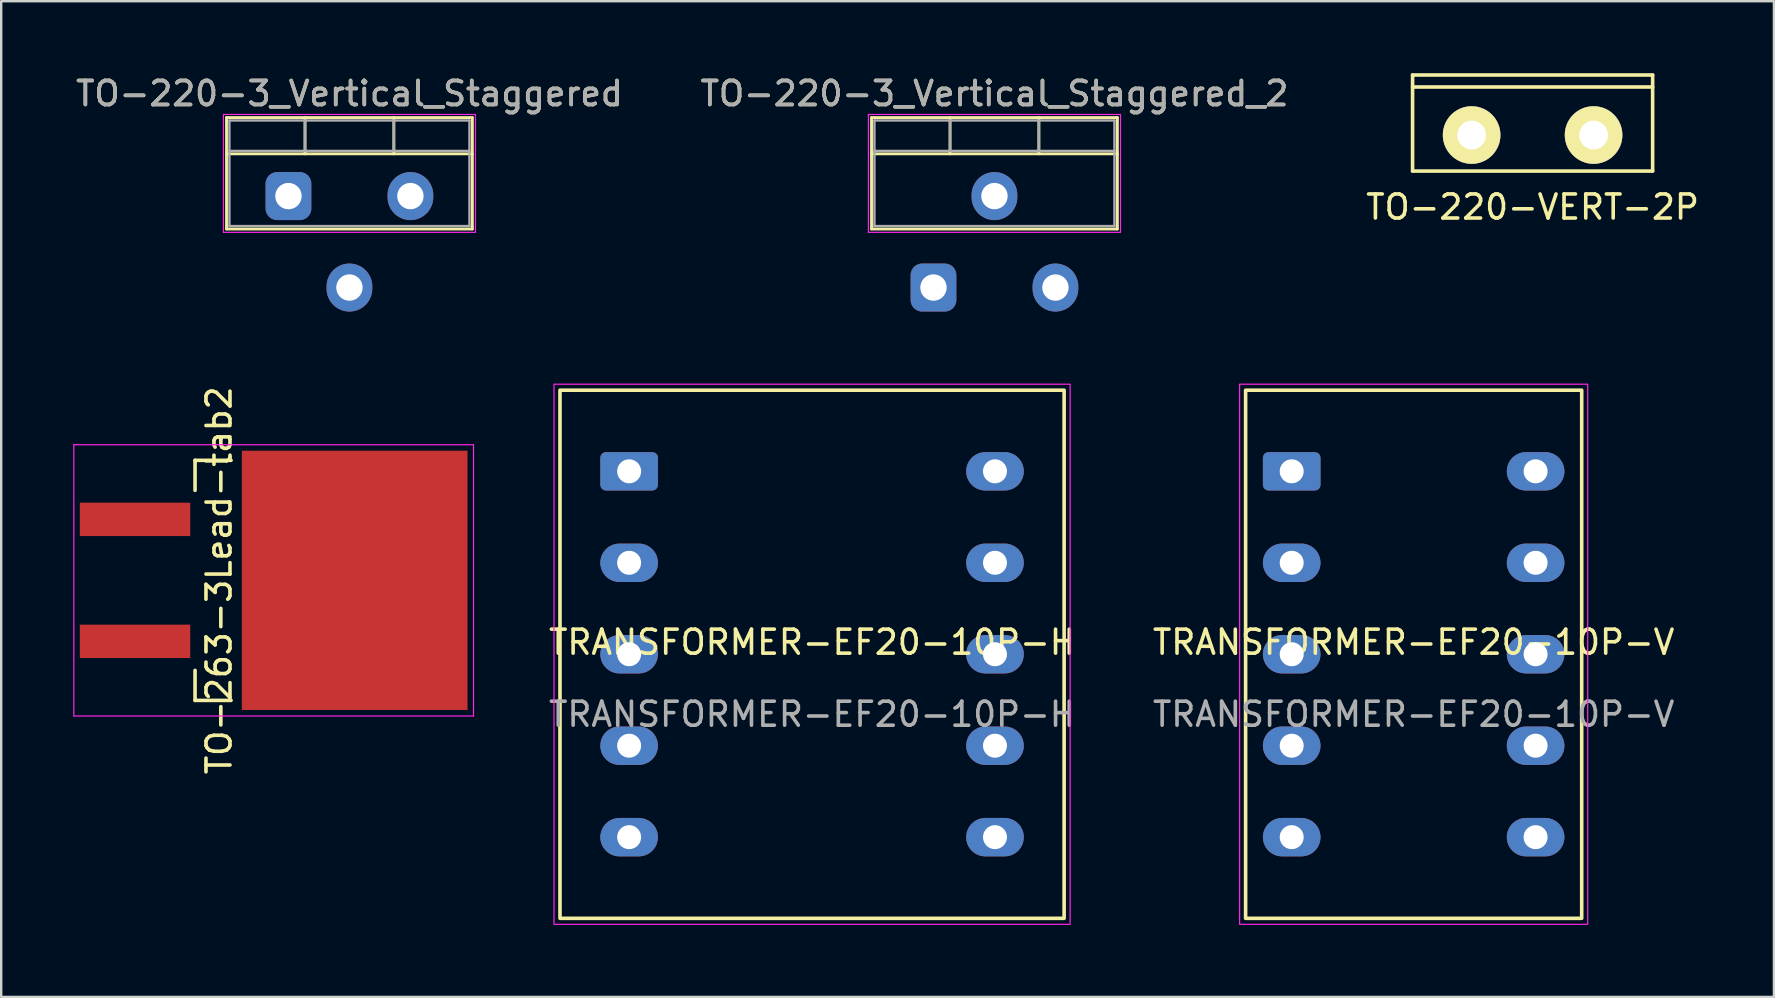
<source format=kicad_pcb>
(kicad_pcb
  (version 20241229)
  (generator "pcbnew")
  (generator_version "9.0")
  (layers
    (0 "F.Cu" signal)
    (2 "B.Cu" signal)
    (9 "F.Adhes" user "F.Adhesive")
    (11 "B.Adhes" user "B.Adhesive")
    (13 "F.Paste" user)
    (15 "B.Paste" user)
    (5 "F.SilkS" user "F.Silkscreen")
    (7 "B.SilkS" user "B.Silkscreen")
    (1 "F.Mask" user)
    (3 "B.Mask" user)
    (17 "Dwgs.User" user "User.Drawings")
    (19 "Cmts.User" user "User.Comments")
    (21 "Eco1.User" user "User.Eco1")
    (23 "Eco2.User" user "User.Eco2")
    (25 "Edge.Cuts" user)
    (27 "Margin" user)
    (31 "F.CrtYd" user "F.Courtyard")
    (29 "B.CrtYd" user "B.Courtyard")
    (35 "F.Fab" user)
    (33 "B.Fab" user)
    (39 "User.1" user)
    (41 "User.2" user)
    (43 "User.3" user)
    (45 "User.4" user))
  (footprint "TO-263-3Lead-tab2"
    (layer "F.Cu")
    (at 2.575 21.125)
    (property "Reference" "TO-263-3Lead-tab2" (at 3.5 0 90) (layer "F.SilkS") (effects (font (size 1 1) (thickness 0.15))))
    (attr smd)
    (fp_line (start 2.5 -5) (end 2.5 -3.75) (stroke (width 0.15) (type solid)) (layer "F.SilkS"))
    (fp_line (start 2.5 -5) (end 4 -5) (stroke (width 0.15) (type solid)) (layer "F.SilkS"))
    (fp_line (start 2.5 5) (end 2.5 3.75) (stroke (width 0.15) (type solid)) (layer "F.SilkS"))
    (fp_line (start 2.5 5) (end 4 5) (stroke (width 0.15) (type solid)) (layer "F.SilkS"))
    (fp_line (start -2.55 -5.65) (end -2.55 5.65) (stroke (width 0.05) (type solid)) (layer "F.CrtYd"))
    (fp_line (start 14.1 -5.65) (end -2.55 -5.65) (stroke (width 0.05) (type solid)) (layer "F.CrtYd"))
    (fp_line (start 14.1 -5.65) (end 14.1 5.65) (stroke (width 0.05) (type solid)) (layer "F.CrtYd"))
    (fp_line (start 14.1 5.65) (end -2.55 5.65) (stroke (width 0.05) (type solid)) (layer "F.CrtYd"))
    (pad "1" smd rect (at 0 -2.54) (size 4.6 1.39) (layers "F.Cu" "F.Mask" "F.Paste"))
    (pad "2" smd rect (at 9.15 0) (size 9.4 10.8) (layers "F.Cu" "F.Mask" "F.Paste"))
    (pad "3" smd rect (at 0 2.54) (size 4.6 1.39) (layers "F.Cu" "F.Mask" "F.Paste")))
  (footprint "TO-220-VERT-2P"
    (layer "F.Cu")
    (at 60.792 2.575)
    (property "Reference" "TO-220-VERT-2P" (at 0 3 0) (layer "F.SilkS") (effects (font (size 1 1) (thickness 0.15))))
    (attr through_hole)
    (fp_line (start -5 -2.5) (end 5 -2.5) (stroke (width 0.15) (type solid)) (layer "F.SilkS"))
    (fp_line (start -5 -2) (end 5 -2) (stroke (width 0.15) (type solid)) (layer "F.SilkS"))
    (fp_line (start -5 1.5) (end -5 -2.5) (stroke (width 0.15) (type solid)) (layer "F.SilkS"))
    (fp_line (start 5 -2.5) (end 5 1.5) (stroke (width 0.15) (type solid)) (layer "F.SilkS"))
    (fp_line (start 5 1.5) (end -5 1.5) (stroke (width 0.15) (type solid)) (layer "F.SilkS"))
    (pad "1" thru_hole circle (at -2.54 0) (size 2.4 2.4) (drill 1.2) (layers "*.Cu" "*.Mask" "F.SilkS"))
    (pad "2" thru_hole circle (at 2.54 0) (size 2.4 2.4) (drill 1.2) (layers "*.Cu" "*.Mask" "F.SilkS")))
  (footprint "TRANSFORMER-EF20-10P-V"
    (layer "F.Cu")
    (at 55.837 24.203)
    (property "Reference" "TRANSFORMER-EF20-10P-V" (at 0 -0.5 0) (unlocked yes) (layer "F.SilkS") (effects (font (size 1 1) (thickness 0.15))))
    (attr through_hole)
    (fp_rect (start -7 -11) (end 7 11) (stroke (width 0.15) (type default)) (fill no) (layer "F.SilkS"))
    (fp_rect (start -7.25 -11.25) (end 7.25 11.25) (stroke (width 0.05) (type default)) (fill no) (layer "F.CrtYd"))
    (fp_text user "${REFERENCE}" (at 0 2.5 0) (unlocked yes) (layer "F.Fab") (effects (font (size 1 1) (thickness 0.15))))
    (pad "1" thru_hole roundrect (at -5.08 -7.62) (size 2.4 1.6) (drill 1) (layers "*.Cu" "*.Mask") (roundrect_rratio 0.147))
    (pad "2" thru_hole oval (at -5.08 -3.81) (size 2.4 1.6) (drill 1) (layers "*.Cu" "*.Mask"))
    (pad "3" thru_hole oval (at -5.08 0) (size 2.4 1.6) (drill 1) (layers "*.Cu" "*.Mask"))
    (pad "4" thru_hole oval (at -5.08 3.81) (size 2.4 1.6) (drill 1) (layers "*.Cu" "*.Mask"))
    (pad "5" thru_hole oval (at -5.08 7.62) (size 2.4 1.6) (drill 1) (layers "*.Cu" "*.Mask"))
    (pad "6" thru_hole oval (at 5.08 7.62) (size 2.4 1.6) (drill 1) (layers "*.Cu" "*.Mask"))
    (pad "7" thru_hole oval (at 5.08 3.81) (size 2.4 1.6) (drill 1) (layers "*.Cu" "*.Mask"))
    (pad "8" thru_hole oval (at 5.08 0) (size 2.4 1.6) (drill 1) (layers "*.Cu" "*.Mask"))
    (pad "9" thru_hole oval (at 5.08 -3.81) (size 2.4 1.6) (drill 1) (layers "*.Cu" "*.Mask"))
    (pad "10" thru_hole oval (at 5.08 -7.62) (size 2.4 1.6) (drill 1) (layers "*.Cu" "*.Mask")))
  (footprint "TO-220-3_Vertical_Staggered_2"
    (layer "F.Cu")
    (at 35.835 5.118)
    (property "Reference" "TO-220-3_Vertical_Staggered_2" (at 2.54 -4.27 0) (layer "F.SilkS") (effects (font (size 1 1) (thickness 0.15))))
    (attr through_hole)
    (fp_line (start -2.58 -3.27) (end -2.58 1.371) (stroke (width 0.12) (type solid)) (layer "F.SilkS"))
    (fp_line (start -2.58 -3.27) (end 7.66 -3.27) (stroke (width 0.12) (type solid)) (layer "F.SilkS"))
    (fp_line (start -2.58 -1.76) (end 7.66 -1.76) (stroke (width 0.12) (type solid)) (layer "F.SilkS"))
    (fp_line (start -2.58 1.371) (end 7.66 1.371) (stroke (width 0.12) (type solid)) (layer "F.SilkS"))
    (fp_line (start 0.69 -3.27) (end 0.69 -1.76) (stroke (width 0.12) (type solid)) (layer "F.SilkS"))
    (fp_line (start 4.391 -3.27) (end 4.391 -1.76) (stroke (width 0.12) (type solid)) (layer "F.SilkS"))
    (fp_line (start 7.66 -3.27) (end 7.66 1.371) (stroke (width 0.12) (type solid)) (layer "F.SilkS"))
    (fp_line (start -2.71 -3.4) (end -2.71 1.51) (stroke (width 0.05) (type solid)) (layer "F.CrtYd"))
    (fp_line (start -2.71 1.51) (end 7.79 1.51) (stroke (width 0.05) (type solid)) (layer "F.CrtYd"))
    (fp_line (start 7.79 -3.4) (end -2.71 -3.4) (stroke (width 0.05) (type solid)) (layer "F.CrtYd"))
    (fp_line (start 7.79 1.51) (end 7.79 -3.4) (stroke (width 0.05) (type solid)) (layer "F.CrtYd"))
    (fp_line (start -2.46 -3.15) (end -2.46 1.25) (stroke (width 0.1) (type solid)) (layer "F.Fab"))
    (fp_line (start -2.46 -1.88) (end 7.54 -1.88) (stroke (width 0.1) (type solid)) (layer "F.Fab"))
    (fp_line (start -2.46 1.25) (end 7.54 1.25) (stroke (width 0.1) (type solid)) (layer "F.Fab"))
    (fp_line (start 0.69 -3.15) (end 0.69 -1.88) (stroke (width 0.1) (type solid)) (layer "F.Fab"))
    (fp_line (start 4.39 -3.15) (end 4.39 -1.88) (stroke (width 0.1) (type solid)) (layer "F.Fab"))
    (fp_line (start 7.54 -3.15) (end -2.46 -3.15) (stroke (width 0.1) (type solid)) (layer "F.Fab"))
    (fp_line (start 7.54 1.25) (end 7.54 -3.15) (stroke (width 0.1) (type solid)) (layer "F.Fab"))
    (fp_text user "${REFERENCE}" (at 2.54 -4.27 0) (layer "F.Fab") (effects (font (size 1 1) (thickness 0.15))))
    (pad "1" thru_hole roundrect (at 0 3.81) (size 1.905 2) (drill 1.1) (layers "*.Cu" "*.Mask") (roundrect_rratio 0.25))
    (pad "2" thru_hole oval (at 2.54 0) (size 1.905 2) (drill 1.1) (layers "*.Cu" "*.Mask"))
    (pad "3" thru_hole oval (at 5.08 3.81) (size 1.905 2) (drill 1.1) (layers "*.Cu" "*.Mask")))
  (footprint "TRANSFORMER-EF20-10P-H"
    (layer "F.Cu")
    (at 30.777 24.203)
    (property "Reference" "TRANSFORMER-EF20-10P-H" (at 0 -0.5 0) (unlocked yes) (layer "F.SilkS") (effects (font (size 1 1) (thickness 0.15))))
    (attr through_hole)
    (fp_rect (start -10.5 -11) (end 10.5 11) (stroke (width 0.15) (type default)) (fill no) (layer "F.SilkS"))
    (fp_rect (start -10.75 -11.25) (end 10.75 11.25) (stroke (width 0.05) (type default)) (fill no) (layer "F.CrtYd"))
    (fp_text user "${REFERENCE}" (at 0 2.5 0) (unlocked yes) (layer "F.Fab") (effects (font (size 1 1) (thickness 0.15))))
    (pad "1" thru_hole roundrect (at -7.62 -7.62) (size 2.4 1.6) (drill 1) (layers "*.Cu" "*.Mask") (roundrect_rratio 0.147))
    (pad "2" thru_hole oval (at -7.62 -3.81) (size 2.4 1.6) (drill 1) (layers "*.Cu" "*.Mask"))
    (pad "3" thru_hole oval (at -7.62 0) (size 2.4 1.6) (drill 1) (layers "*.Cu" "*.Mask"))
    (pad "4" thru_hole oval (at -7.62 3.81) (size 2.4 1.6) (drill 1) (layers "*.Cu" "*.Mask"))
    (pad "5" thru_hole oval (at -7.62 7.62) (size 2.4 1.6) (drill 1) (layers "*.Cu" "*.Mask"))
    (pad "6" thru_hole oval (at 7.62 7.62) (size 2.4 1.6) (drill 1) (layers "*.Cu" "*.Mask"))
    (pad "7" thru_hole oval (at 7.62 3.81) (size 2.4 1.6) (drill 1) (layers "*.Cu" "*.Mask"))
    (pad "8" thru_hole oval (at 7.62 0) (size 2.4 1.6) (drill 1) (layers "*.Cu" "*.Mask"))
    (pad "9" thru_hole oval (at 7.62 -3.81) (size 2.4 1.6) (drill 1) (layers "*.Cu" "*.Mask"))
    (pad "10" thru_hole oval (at 7.62 -7.62) (size 2.4 1.6) (drill 1) (layers "*.Cu" "*.Mask")))
  (footprint "TO-220-3_Vertical_Staggered"
    (layer "F.Cu")
    (at 8.966 5.118)
    (property "Reference" "TO-220-3_Vertical_Staggered" (at 2.54 -4.27 0) (layer "F.SilkS") (effects (font (size 1 1) (thickness 0.15))))
    (attr through_hole)
    (fp_line (start -2.58 -3.27) (end -2.58 1.371) (stroke (width 0.12) (type solid)) (layer "F.SilkS"))
    (fp_line (start -2.58 -3.27) (end 7.66 -3.27) (stroke (width 0.12) (type solid)) (layer "F.SilkS"))
    (fp_line (start -2.58 -1.76) (end 7.66 -1.76) (stroke (width 0.12) (type solid)) (layer "F.SilkS"))
    (fp_line (start -2.58 1.371) (end 7.66 1.371) (stroke (width 0.12) (type solid)) (layer "F.SilkS"))
    (fp_line (start 0.69 -3.27) (end 0.69 -1.76) (stroke (width 0.12) (type solid)) (layer "F.SilkS"))
    (fp_line (start 4.391 -3.27) (end 4.391 -1.76) (stroke (width 0.12) (type solid)) (layer "F.SilkS"))
    (fp_line (start 7.66 -3.27) (end 7.66 1.371) (stroke (width 0.12) (type solid)) (layer "F.SilkS"))
    (fp_line (start -2.71 -3.4) (end -2.71 1.51) (stroke (width 0.05) (type solid)) (layer "F.CrtYd"))
    (fp_line (start -2.71 1.51) (end 7.79 1.51) (stroke (width 0.05) (type solid)) (layer "F.CrtYd"))
    (fp_line (start 7.79 -3.4) (end -2.71 -3.4) (stroke (width 0.05) (type solid)) (layer "F.CrtYd"))
    (fp_line (start 7.79 1.51) (end 7.79 -3.4) (stroke (width 0.05) (type solid)) (layer "F.CrtYd"))
    (fp_line (start -2.46 -3.15) (end -2.46 1.25) (stroke (width 0.1) (type solid)) (layer "F.Fab"))
    (fp_line (start -2.46 -1.88) (end 7.54 -1.88) (stroke (width 0.1) (type solid)) (layer "F.Fab"))
    (fp_line (start -2.46 1.25) (end 7.54 1.25) (stroke (width 0.1) (type solid)) (layer "F.Fab"))
    (fp_line (start 0.69 -3.15) (end 0.69 -1.88) (stroke (width 0.1) (type solid)) (layer "F.Fab"))
    (fp_line (start 4.39 -3.15) (end 4.39 -1.88) (stroke (width 0.1) (type solid)) (layer "F.Fab"))
    (fp_line (start 7.54 -3.15) (end -2.46 -3.15) (stroke (width 0.1) (type solid)) (layer "F.Fab"))
    (fp_line (start 7.54 1.25) (end 7.54 -3.15) (stroke (width 0.1) (type solid)) (layer "F.Fab"))
    (fp_text user "${REFERENCE}" (at 2.54 -4.27 0) (layer "F.Fab") (effects (font (size 1 1) (thickness 0.15))))
    (pad "1" thru_hole roundrect (at 0 0) (size 1.905 2) (drill 1.1) (layers "*.Cu" "*.Mask") (roundrect_rratio 0.25))
    (pad "2" thru_hole oval (at 2.54 3.81) (size 1.905 2) (drill 1.1) (layers "*.Cu" "*.Mask"))
    (pad "3" thru_hole oval (at 5.08 0) (size 1.905 2) (drill 1.1) (layers "*.Cu" "*.Mask")))
  (gr_rect
    (start -3 -3)
    (end 70.845 38.478)
    (stroke (width 0.1) (type default))
    (fill no)
    (layer "Edge.Cuts")))
</source>
